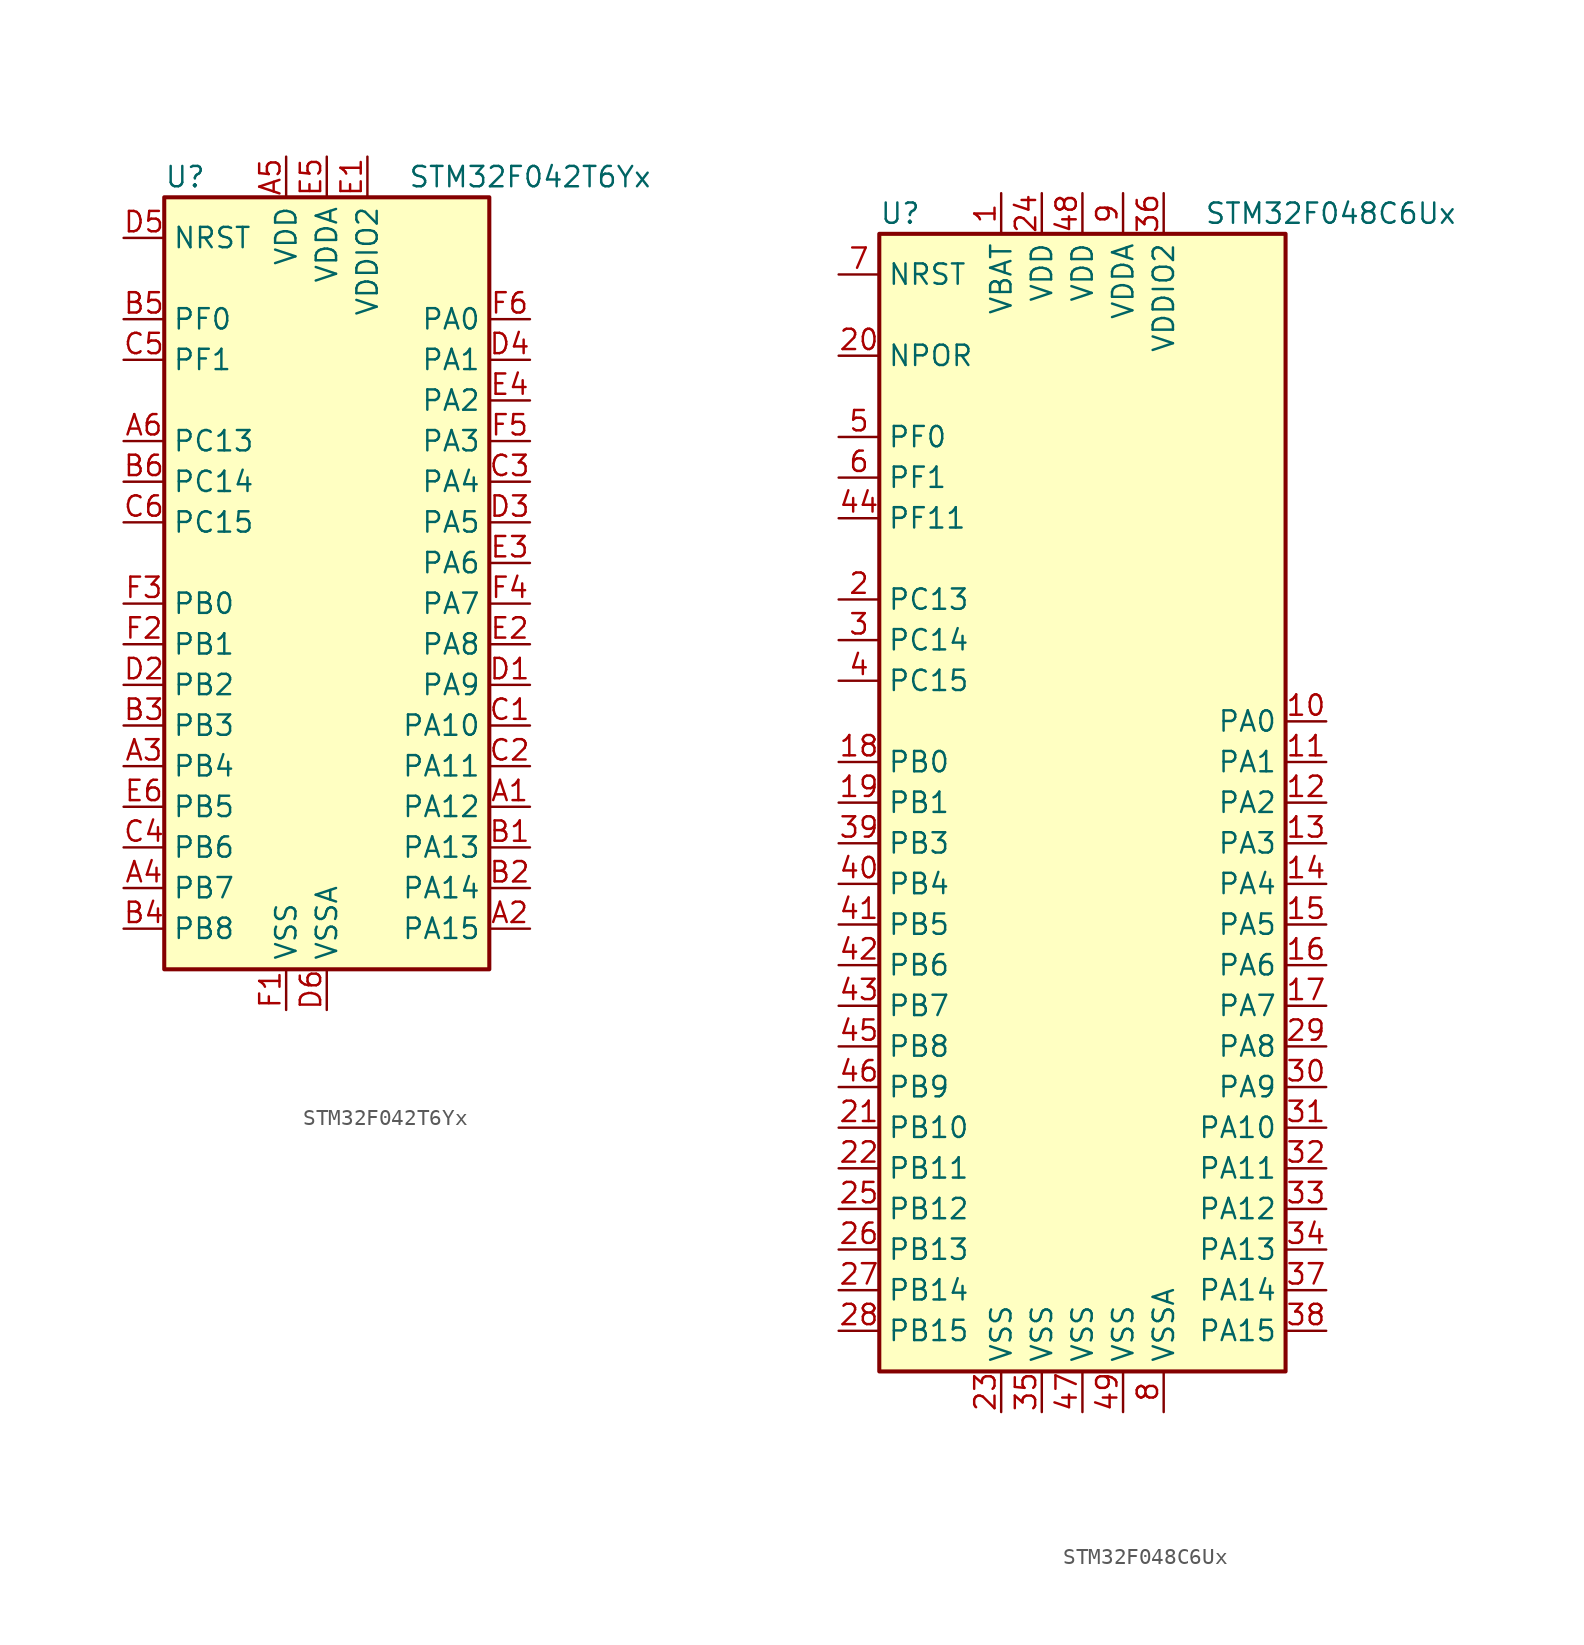
<source format=kicad_sym>
(kicad_symbol_lib
  (version 20201005)
  (generator kicad_symbol_editor)
  (symbol "STM32F042T6Yx"
    (property "Reference" "U"
      (at -10.16 24.13 0)
      (effects (font (size 1.27 1.27)) (justify left)))
    (property "Value" "STM32F042T6Yx"
      (at 5.08 24.13 0)
      (effects (font (size 1.27 1.27)) (justify left)))
    (symbol "STM32F042T6Yx_0_1"
      (rectangle (start -10.16 -25.4) (end 10.16 22.86) (stroke (width 0.254)) (fill (type background))))
    (symbol "STM32F042T6Yx_1_1"
      (pin input line (at -12.7 20.32 0) (length 2.54) (name "NRST" (effects (font (size 1.27 1.27)))) (number "D5" (effects (font (size 1.27 1.27)))))
      (pin bidirectional line (at 12.7 15.24 180) (length 2.54) (name "PA0" (effects (font (size 1.27 1.27)))) (number "F6" (effects (font (size 1.27 1.27)))))
      (pin bidirectional line (at 12.7 12.7 180) (length 2.54) (name "PA1" (effects (font (size 1.27 1.27)))) (number "D4" (effects (font (size 1.27 1.27)))))
      (pin bidirectional line (at 12.7 -10.16 180) (length 2.54) (name "PA10" (effects (font (size 1.27 1.27)))) (number "C1" (effects (font (size 1.27 1.27)))))
      (pin bidirectional line (at 12.7 -12.7 180) (length 2.54) (name "PA11" (effects (font (size 1.27 1.27)))) (number "C2" (effects (font (size 1.27 1.27)))))
      (pin bidirectional line (at 12.7 -15.24 180) (length 2.54) (name "PA12" (effects (font (size 1.27 1.27)))) (number "A1" (effects (font (size 1.27 1.27)))))
      (pin bidirectional line (at 12.7 -17.78 180) (length 2.54) (name "PA13" (effects (font (size 1.27 1.27)))) (number "B1" (effects (font (size 1.27 1.27)))))
      (pin bidirectional line (at 12.7 -20.32 180) (length 2.54) (name "PA14" (effects (font (size 1.27 1.27)))) (number "B2" (effects (font (size 1.27 1.27)))))
      (pin bidirectional line (at 12.7 -22.86 180) (length 2.54) (name "PA15" (effects (font (size 1.27 1.27)))) (number "A2" (effects (font (size 1.27 1.27)))))
      (pin bidirectional line (at 12.7 10.16 180) (length 2.54) (name "PA2" (effects (font (size 1.27 1.27)))) (number "E4" (effects (font (size 1.27 1.27)))))
      (pin bidirectional line (at 12.7 7.62 180) (length 2.54) (name "PA3" (effects (font (size 1.27 1.27)))) (number "F5" (effects (font (size 1.27 1.27)))))
      (pin bidirectional line (at 12.7 5.08 180) (length 2.54) (name "PA4" (effects (font (size 1.27 1.27)))) (number "C3" (effects (font (size 1.27 1.27)))))
      (pin bidirectional line (at 12.7 2.54 180) (length 2.54) (name "PA5" (effects (font (size 1.27 1.27)))) (number "D3" (effects (font (size 1.27 1.27)))))
      (pin bidirectional line (at 12.7 0 180) (length 2.54) (name "PA6" (effects (font (size 1.27 1.27)))) (number "E3" (effects (font (size 1.27 1.27)))))
      (pin bidirectional line (at 12.7 -2.54 180) (length 2.54) (name "PA7" (effects (font (size 1.27 1.27)))) (number "F4" (effects (font (size 1.27 1.27)))))
      (pin bidirectional line (at 12.7 -5.08 180) (length 2.54) (name "PA8" (effects (font (size 1.27 1.27)))) (number "E2" (effects (font (size 1.27 1.27)))))
      (pin bidirectional line (at 12.7 -7.62 180) (length 2.54) (name "PA9" (effects (font (size 1.27 1.27)))) (number "D1" (effects (font (size 1.27 1.27)))))
      (pin bidirectional line (at -12.7 -2.54 0) (length 2.54) (name "PB0" (effects (font (size 1.27 1.27)))) (number "F3" (effects (font (size 1.27 1.27)))))
      (pin bidirectional line (at -12.7 -5.08 0) (length 2.54) (name "PB1" (effects (font (size 1.27 1.27)))) (number "F2" (effects (font (size 1.27 1.27)))))
      (pin bidirectional line (at -12.7 -7.62 0) (length 2.54) (name "PB2" (effects (font (size 1.27 1.27)))) (number "D2" (effects (font (size 1.27 1.27)))))
      (pin bidirectional line (at -12.7 -10.16 0) (length 2.54) (name "PB3" (effects (font (size 1.27 1.27)))) (number "B3" (effects (font (size 1.27 1.27)))))
      (pin bidirectional line (at -12.7 -12.7 0) (length 2.54) (name "PB4" (effects (font (size 1.27 1.27)))) (number "A3" (effects (font (size 1.27 1.27)))))
      (pin bidirectional line (at -12.7 -15.24 0) (length 2.54) (name "PB5" (effects (font (size 1.27 1.27)))) (number "E6" (effects (font (size 1.27 1.27)))))
      (pin bidirectional line (at -12.7 -17.78 0) (length 2.54) (name "PB6" (effects (font (size 1.27 1.27)))) (number "C4" (effects (font (size 1.27 1.27)))))
      (pin bidirectional line (at -12.7 -20.32 0) (length 2.54) (name "PB7" (effects (font (size 1.27 1.27)))) (number "A4" (effects (font (size 1.27 1.27)))))
      (pin bidirectional line (at -12.7 -22.86 0) (length 2.54) (name "PB8" (effects (font (size 1.27 1.27)))) (number "B4" (effects (font (size 1.27 1.27)))))
      (pin bidirectional line (at -12.7 7.62 0) (length 2.54) (name "PC13" (effects (font (size 1.27 1.27)))) (number "A6" (effects (font (size 1.27 1.27)))))
      (pin bidirectional line (at -12.7 5.08 0) (length 2.54) (name "PC14" (effects (font (size 1.27 1.27)))) (number "B6" (effects (font (size 1.27 1.27)))))
      (pin bidirectional line (at -12.7 2.54 0) (length 2.54) (name "PC15" (effects (font (size 1.27 1.27)))) (number "C6" (effects (font (size 1.27 1.27)))))
      (pin input line (at -12.7 15.24 0) (length 2.54) (name "PF0" (effects (font (size 1.27 1.27)))) (number "B5" (effects (font (size 1.27 1.27)))))
      (pin input line (at -12.7 12.7 0) (length 2.54) (name "PF1" (effects (font (size 1.27 1.27)))) (number "C5" (effects (font (size 1.27 1.27)))))
      (pin power_in line (at -2.54 25.4 270) (length 2.54) (name "VDD" (effects (font (size 1.27 1.27)))) (number "A5" (effects (font (size 1.27 1.27)))))
      (pin power_in line (at 0 25.4 270) (length 2.54) (name "VDDA" (effects (font (size 1.27 1.27)))) (number "E5" (effects (font (size 1.27 1.27)))))
      (pin power_in line (at 2.54 25.4 270) (length 2.54) (name "VDDIO2" (effects (font (size 1.27 1.27)))) (number "E1" (effects (font (size 1.27 1.27)))))
      (pin power_in line (at -2.54 -27.94 90) (length 2.54) (name "VSS" (effects (font (size 1.27 1.27)))) (number "F1" (effects (font (size 1.27 1.27)))))
      (pin power_in line (at 0 -27.94 90) (length 2.54) (name "VSSA" (effects (font (size 1.27 1.27)))) (number "D6" (effects (font (size 1.27 1.27)))))))
  (symbol "STM32F048C6Ux"
    (property "Reference" "U"
      (at -12.7 36.83 0)
      (effects (font (size 1.27 1.27)) (justify left)))
    (property "Value" "STM32F048C6Ux"
      (at 7.62 36.83 0)
      (effects (font (size 1.27 1.27)) (justify left)))
    (symbol "STM32F048C6Ux_0_1"
      (rectangle (start -12.7 -35.56) (end 12.7 35.56) (stroke (width 0.254)) (fill (type background))))
    (symbol "STM32F048C6Ux_1_1"
      (pin power_in line (at -15.24 27.94 0) (length 2.54) (name "NPOR" (effects (font (size 1.27 1.27)))) (number "20" (effects (font (size 1.27 1.27)))))
      (pin input line (at -15.24 33.02 0) (length 2.54) (name "NRST" (effects (font (size 1.27 1.27)))) (number "7" (effects (font (size 1.27 1.27)))))
      (pin bidirectional line (at 15.24 5.08 180) (length 2.54) (name "PA0" (effects (font (size 1.27 1.27)))) (number "10" (effects (font (size 1.27 1.27)))))
      (pin bidirectional line (at 15.24 2.54 180) (length 2.54) (name "PA1" (effects (font (size 1.27 1.27)))) (number "11" (effects (font (size 1.27 1.27)))))
      (pin bidirectional line (at 15.24 -20.32 180) (length 2.54) (name "PA10" (effects (font (size 1.27 1.27)))) (number "31" (effects (font (size 1.27 1.27)))))
      (pin bidirectional line (at 15.24 -22.86 180) (length 2.54) (name "PA11" (effects (font (size 1.27 1.27)))) (number "32" (effects (font (size 1.27 1.27)))))
      (pin bidirectional line (at 15.24 -25.4 180) (length 2.54) (name "PA12" (effects (font (size 1.27 1.27)))) (number "33" (effects (font (size 1.27 1.27)))))
      (pin bidirectional line (at 15.24 -27.94 180) (length 2.54) (name "PA13" (effects (font (size 1.27 1.27)))) (number "34" (effects (font (size 1.27 1.27)))))
      (pin bidirectional line (at 15.24 -30.48 180) (length 2.54) (name "PA14" (effects (font (size 1.27 1.27)))) (number "37" (effects (font (size 1.27 1.27)))))
      (pin bidirectional line (at 15.24 -33.02 180) (length 2.54) (name "PA15" (effects (font (size 1.27 1.27)))) (number "38" (effects (font (size 1.27 1.27)))))
      (pin bidirectional line (at 15.24 0 180) (length 2.54) (name "PA2" (effects (font (size 1.27 1.27)))) (number "12" (effects (font (size 1.27 1.27)))))
      (pin bidirectional line (at 15.24 -2.54 180) (length 2.54) (name "PA3" (effects (font (size 1.27 1.27)))) (number "13" (effects (font (size 1.27 1.27)))))
      (pin bidirectional line (at 15.24 -5.08 180) (length 2.54) (name "PA4" (effects (font (size 1.27 1.27)))) (number "14" (effects (font (size 1.27 1.27)))))
      (pin bidirectional line (at 15.24 -7.62 180) (length 2.54) (name "PA5" (effects (font (size 1.27 1.27)))) (number "15" (effects (font (size 1.27 1.27)))))
      (pin bidirectional line (at 15.24 -10.16 180) (length 2.54) (name "PA6" (effects (font (size 1.27 1.27)))) (number "16" (effects (font (size 1.27 1.27)))))
      (pin bidirectional line (at 15.24 -12.7 180) (length 2.54) (name "PA7" (effects (font (size 1.27 1.27)))) (number "17" (effects (font (size 1.27 1.27)))))
      (pin bidirectional line (at 15.24 -15.24 180) (length 2.54) (name "PA8" (effects (font (size 1.27 1.27)))) (number "29" (effects (font (size 1.27 1.27)))))
      (pin bidirectional line (at 15.24 -17.78 180) (length 2.54) (name "PA9" (effects (font (size 1.27 1.27)))) (number "30" (effects (font (size 1.27 1.27)))))
      (pin bidirectional line (at -15.24 2.54 0) (length 2.54) (name "PB0" (effects (font (size 1.27 1.27)))) (number "18" (effects (font (size 1.27 1.27)))))
      (pin bidirectional line (at -15.24 0 0) (length 2.54) (name "PB1" (effects (font (size 1.27 1.27)))) (number "19" (effects (font (size 1.27 1.27)))))
      (pin bidirectional line (at -15.24 -20.32 0) (length 2.54) (name "PB10" (effects (font (size 1.27 1.27)))) (number "21" (effects (font (size 1.27 1.27)))))
      (pin bidirectional line (at -15.24 -22.86 0) (length 2.54) (name "PB11" (effects (font (size 1.27 1.27)))) (number "22" (effects (font (size 1.27 1.27)))))
      (pin bidirectional line (at -15.24 -25.4 0) (length 2.54) (name "PB12" (effects (font (size 1.27 1.27)))) (number "25" (effects (font (size 1.27 1.27)))))
      (pin bidirectional line (at -15.24 -27.94 0) (length 2.54) (name "PB13" (effects (font (size 1.27 1.27)))) (number "26" (effects (font (size 1.27 1.27)))))
      (pin bidirectional line (at -15.24 -30.48 0) (length 2.54) (name "PB14" (effects (font (size 1.27 1.27)))) (number "27" (effects (font (size 1.27 1.27)))))
      (pin bidirectional line (at -15.24 -33.02 0) (length 2.54) (name "PB15" (effects (font (size 1.27 1.27)))) (number "28" (effects (font (size 1.27 1.27)))))
      (pin bidirectional line (at -15.24 -2.54 0) (length 2.54) (name "PB3" (effects (font (size 1.27 1.27)))) (number "39" (effects (font (size 1.27 1.27)))))
      (pin bidirectional line (at -15.24 -5.08 0) (length 2.54) (name "PB4" (effects (font (size 1.27 1.27)))) (number "40" (effects (font (size 1.27 1.27)))))
      (pin bidirectional line (at -15.24 -7.62 0) (length 2.54) (name "PB5" (effects (font (size 1.27 1.27)))) (number "41" (effects (font (size 1.27 1.27)))))
      (pin bidirectional line (at -15.24 -10.16 0) (length 2.54) (name "PB6" (effects (font (size 1.27 1.27)))) (number "42" (effects (font (size 1.27 1.27)))))
      (pin bidirectional line (at -15.24 -12.7 0) (length 2.54) (name "PB7" (effects (font (size 1.27 1.27)))) (number "43" (effects (font (size 1.27 1.27)))))
      (pin bidirectional line (at -15.24 -15.24 0) (length 2.54) (name "PB8" (effects (font (size 1.27 1.27)))) (number "45" (effects (font (size 1.27 1.27)))))
      (pin bidirectional line (at -15.24 -17.78 0) (length 2.54) (name "PB9" (effects (font (size 1.27 1.27)))) (number "46" (effects (font (size 1.27 1.27)))))
      (pin bidirectional line (at -15.24 12.7 0) (length 2.54) (name "PC13" (effects (font (size 1.27 1.27)))) (number "2" (effects (font (size 1.27 1.27)))))
      (pin bidirectional line (at -15.24 10.16 0) (length 2.54) (name "PC14" (effects (font (size 1.27 1.27)))) (number "3" (effects (font (size 1.27 1.27)))))
      (pin bidirectional line (at -15.24 7.62 0) (length 2.54) (name "PC15" (effects (font (size 1.27 1.27)))) (number "4" (effects (font (size 1.27 1.27)))))
      (pin input line (at -15.24 22.86 0) (length 2.54) (name "PF0" (effects (font (size 1.27 1.27)))) (number "5" (effects (font (size 1.27 1.27)))))
      (pin input line (at -15.24 20.32 0) (length 2.54) (name "PF1" (effects (font (size 1.27 1.27)))) (number "6" (effects (font (size 1.27 1.27)))))
      (pin bidirectional line (at -15.24 17.78 0) (length 2.54) (name "PF11" (effects (font (size 1.27 1.27)))) (number "44" (effects (font (size 1.27 1.27)))))
      (pin power_in line (at -5.08 38.1 270) (length 2.54) (name "VBAT" (effects (font (size 1.27 1.27)))) (number "1" (effects (font (size 1.27 1.27)))))
      (pin power_in line (at -2.54 38.1 270) (length 2.54) (name "VDD" (effects (font (size 1.27 1.27)))) (number "24" (effects (font (size 1.27 1.27)))))
      (pin power_in line (at 0 38.1 270) (length 2.54) (name "VDD" (effects (font (size 1.27 1.27)))) (number "48" (effects (font (size 1.27 1.27)))))
      (pin power_in line (at 2.54 38.1 270) (length 2.54) (name "VDDA" (effects (font (size 1.27 1.27)))) (number "9" (effects (font (size 1.27 1.27)))))
      (pin power_in line (at 5.08 38.1 270) (length 2.54) (name "VDDIO2" (effects (font (size 1.27 1.27)))) (number "36" (effects (font (size 1.27 1.27)))))
      (pin power_in line (at -5.08 -38.1 90) (length 2.54) (name "VSS" (effects (font (size 1.27 1.27)))) (number "23" (effects (font (size 1.27 1.27)))))
      (pin power_in line (at -2.54 -38.1 90) (length 2.54) (name "VSS" (effects (font (size 1.27 1.27)))) (number "35" (effects (font (size 1.27 1.27)))))
      (pin power_in line (at 0 -38.1 90) (length 2.54) (name "VSS" (effects (font (size 1.27 1.27)))) (number "47" (effects (font (size 1.27 1.27)))))
      (pin power_in line (at 2.54 -38.1 90) (length 2.54) (name "VSS" (effects (font (size 1.27 1.27)))) (number "49" (effects (font (size 1.27 1.27)))))
      (pin power_in line (at 5.08 -38.1 90) (length 2.54) (name "VSSA" (effects (font (size 1.27 1.27)))) (number "8" (effects (font (size 1.27 1.27))))))))
</source>
